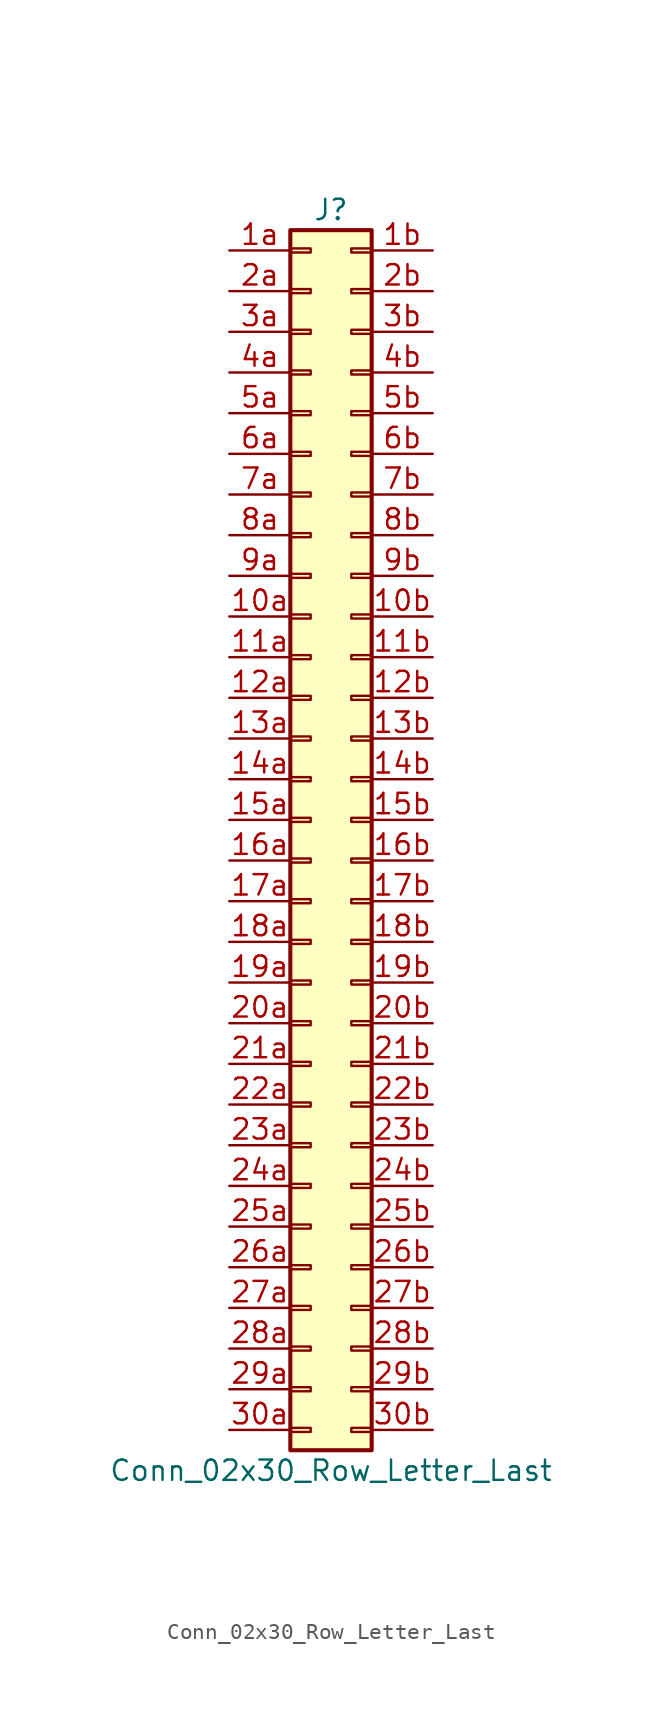
<source format=kicad_sym>
(kicad_symbol_lib
  (version 20220914)
  (generator kicad_symbol_editor)
  (symbol "Conn_02x30_Row_Letter_Last"
    (pin_names
      (offset 1.016) hide)
    (property "Reference" "J"
      (at 1.27 38.1 0)
      (effects (font (size 1.27 1.27))))
    (property "Value" "Conn_02x30_Row_Letter_Last"
      (at 1.27 -40.64 0)
      (effects (font (size 1.27 1.27))))
    (symbol "Conn_02x30_Row_Letter_Last_1_1"
      (rectangle (start -1.27 -37.973) (end 0 -38.227) (stroke (width 0.152) (type default)) (fill (type none)))
      (rectangle (start -1.27 -35.433) (end 0 -35.687) (stroke (width 0.152) (type default)) (fill (type none)))
      (rectangle (start -1.27 -32.893) (end 0 -33.147) (stroke (width 0.152) (type default)) (fill (type none)))
      (rectangle (start -1.27 -30.353) (end 0 -30.607) (stroke (width 0.152) (type default)) (fill (type none)))
      (rectangle (start -1.27 -27.813) (end 0 -28.067) (stroke (width 0.152) (type default)) (fill (type none)))
      (rectangle (start -1.27 -25.273) (end 0 -25.527) (stroke (width 0.152) (type default)) (fill (type none)))
      (rectangle (start -1.27 -22.733) (end 0 -22.987) (stroke (width 0.152) (type default)) (fill (type none)))
      (rectangle (start -1.27 -20.193) (end 0 -20.447) (stroke (width 0.152) (type default)) (fill (type none)))
      (rectangle (start -1.27 -17.653) (end 0 -17.907) (stroke (width 0.152) (type default)) (fill (type none)))
      (rectangle (start -1.27 -15.113) (end 0 -15.367) (stroke (width 0.152) (type default)) (fill (type none)))
      (rectangle (start -1.27 -12.573) (end 0 -12.827) (stroke (width 0.152) (type default)) (fill (type none)))
      (rectangle (start -1.27 -10.033) (end 0 -10.287) (stroke (width 0.152) (type default)) (fill (type none)))
      (rectangle (start -1.27 -7.493) (end 0 -7.747) (stroke (width 0.152) (type default)) (fill (type none)))
      (rectangle (start -1.27 -4.953) (end 0 -5.207) (stroke (width 0.152) (type default)) (fill (type none)))
      (rectangle (start -1.27 -2.413) (end 0 -2.667) (stroke (width 0.152) (type default)) (fill (type none)))
      (rectangle (start -1.27 0.127) (end 0 -0.127) (stroke (width 0.152) (type default)) (fill (type none)))
      (rectangle (start -1.27 2.667) (end 0 2.413) (stroke (width 0.152) (type default)) (fill (type none)))
      (rectangle (start -1.27 5.207) (end 0 4.953) (stroke (width 0.152) (type default)) (fill (type none)))
      (rectangle (start -1.27 7.747) (end 0 7.493) (stroke (width 0.152) (type default)) (fill (type none)))
      (rectangle (start -1.27 10.287) (end 0 10.033) (stroke (width 0.152) (type default)) (fill (type none)))
      (rectangle (start -1.27 12.827) (end 0 12.573) (stroke (width 0.152) (type default)) (fill (type none)))
      (rectangle (start -1.27 15.367) (end 0 15.113) (stroke (width 0.152) (type default)) (fill (type none)))
      (rectangle (start -1.27 17.907) (end 0 17.653) (stroke (width 0.152) (type default)) (fill (type none)))
      (rectangle (start -1.27 20.447) (end 0 20.193) (stroke (width 0.152) (type default)) (fill (type none)))
      (rectangle (start -1.27 22.987) (end 0 22.733) (stroke (width 0.152) (type default)) (fill (type none)))
      (rectangle (start -1.27 25.527) (end 0 25.273) (stroke (width 0.152) (type default)) (fill (type none)))
      (rectangle (start -1.27 28.067) (end 0 27.813) (stroke (width 0.152) (type default)) (fill (type none)))
      (rectangle (start -1.27 30.607) (end 0 30.353) (stroke (width 0.152) (type default)) (fill (type none)))
      (rectangle (start -1.27 33.147) (end 0 32.893) (stroke (width 0.152) (type default)) (fill (type none)))
      (rectangle (start -1.27 35.687) (end 0 35.433) (stroke (width 0.152) (type default)) (fill (type none)))
      (rectangle (start -1.27 36.83) (end 3.81 -39.37) (stroke (width 0.254) (type default)) (fill (type background)))
      (rectangle (start 3.81 -37.973) (end 2.54 -38.227) (stroke (width 0.152) (type default)) (fill (type none)))
      (rectangle (start 3.81 -35.433) (end 2.54 -35.687) (stroke (width 0.152) (type default)) (fill (type none)))
      (rectangle (start 3.81 -32.893) (end 2.54 -33.147) (stroke (width 0.152) (type default)) (fill (type none)))
      (rectangle (start 3.81 -30.353) (end 2.54 -30.607) (stroke (width 0.152) (type default)) (fill (type none)))
      (rectangle (start 3.81 -27.813) (end 2.54 -28.067) (stroke (width 0.152) (type default)) (fill (type none)))
      (rectangle (start 3.81 -25.273) (end 2.54 -25.527) (stroke (width 0.152) (type default)) (fill (type none)))
      (rectangle (start 3.81 -22.733) (end 2.54 -22.987) (stroke (width 0.152) (type default)) (fill (type none)))
      (rectangle (start 3.81 -20.193) (end 2.54 -20.447) (stroke (width 0.152) (type default)) (fill (type none)))
      (rectangle (start 3.81 -17.653) (end 2.54 -17.907) (stroke (width 0.152) (type default)) (fill (type none)))
      (rectangle (start 3.81 -15.113) (end 2.54 -15.367) (stroke (width 0.152) (type default)) (fill (type none)))
      (rectangle (start 3.81 -12.573) (end 2.54 -12.827) (stroke (width 0.152) (type default)) (fill (type none)))
      (rectangle (start 3.81 -10.033) (end 2.54 -10.287) (stroke (width 0.152) (type default)) (fill (type none)))
      (rectangle (start 3.81 -7.493) (end 2.54 -7.747) (stroke (width 0.152) (type default)) (fill (type none)))
      (rectangle (start 3.81 -4.953) (end 2.54 -5.207) (stroke (width 0.152) (type default)) (fill (type none)))
      (rectangle (start 3.81 -2.413) (end 2.54 -2.667) (stroke (width 0.152) (type default)) (fill (type none)))
      (rectangle (start 3.81 0.127) (end 2.54 -0.127) (stroke (width 0.152) (type default)) (fill (type none)))
      (rectangle (start 3.81 2.667) (end 2.54 2.413) (stroke (width 0.152) (type default)) (fill (type none)))
      (rectangle (start 3.81 5.207) (end 2.54 4.953) (stroke (width 0.152) (type default)) (fill (type none)))
      (rectangle (start 3.81 7.747) (end 2.54 7.493) (stroke (width 0.152) (type default)) (fill (type none)))
      (rectangle (start 3.81 10.287) (end 2.54 10.033) (stroke (width 0.152) (type default)) (fill (type none)))
      (rectangle (start 3.81 12.827) (end 2.54 12.573) (stroke (width 0.152) (type default)) (fill (type none)))
      (rectangle (start 3.81 15.367) (end 2.54 15.113) (stroke (width 0.152) (type default)) (fill (type none)))
      (rectangle (start 3.81 17.907) (end 2.54 17.653) (stroke (width 0.152) (type default)) (fill (type none)))
      (rectangle (start 3.81 20.447) (end 2.54 20.193) (stroke (width 0.152) (type default)) (fill (type none)))
      (rectangle (start 3.81 22.987) (end 2.54 22.733) (stroke (width 0.152) (type default)) (fill (type none)))
      (rectangle (start 3.81 25.527) (end 2.54 25.273) (stroke (width 0.152) (type default)) (fill (type none)))
      (rectangle (start 3.81 28.067) (end 2.54 27.813) (stroke (width 0.152) (type default)) (fill (type none)))
      (rectangle (start 3.81 30.607) (end 2.54 30.353) (stroke (width 0.152) (type default)) (fill (type none)))
      (rectangle (start 3.81 33.147) (end 2.54 32.893) (stroke (width 0.152) (type default)) (fill (type none)))
      (rectangle (start 3.81 35.687) (end 2.54 35.433) (stroke (width 0.152) (type default)) (fill (type none)))
      (pin passive line (at -5.08 12.7 0) (length 3.81) (name "Pin_10a" (effects (font (size 1.27 1.27)))) (number "10a" (effects (font (size 1.27 1.27)))))
      (pin passive line (at 7.62 12.7 180) (length 3.81) (name "Pin_10b" (effects (font (size 1.27 1.27)))) (number "10b" (effects (font (size 1.27 1.27)))))
      (pin passive line (at -5.08 10.16 0) (length 3.81) (name "Pin_11a" (effects (font (size 1.27 1.27)))) (number "11a" (effects (font (size 1.27 1.27)))))
      (pin passive line (at 7.62 10.16 180) (length 3.81) (name "Pin_11b" (effects (font (size 1.27 1.27)))) (number "11b" (effects (font (size 1.27 1.27)))))
      (pin passive line (at -5.08 7.62 0) (length 3.81) (name "Pin_12a" (effects (font (size 1.27 1.27)))) (number "12a" (effects (font (size 1.27 1.27)))))
      (pin passive line (at 7.62 7.62 180) (length 3.81) (name "Pin_12b" (effects (font (size 1.27 1.27)))) (number "12b" (effects (font (size 1.27 1.27)))))
      (pin passive line (at -5.08 5.08 0) (length 3.81) (name "Pin_13a" (effects (font (size 1.27 1.27)))) (number "13a" (effects (font (size 1.27 1.27)))))
      (pin passive line (at 7.62 5.08 180) (length 3.81) (name "Pin_13b" (effects (font (size 1.27 1.27)))) (number "13b" (effects (font (size 1.27 1.27)))))
      (pin passive line (at -5.08 2.54 0) (length 3.81) (name "Pin_14a" (effects (font (size 1.27 1.27)))) (number "14a" (effects (font (size 1.27 1.27)))))
      (pin passive line (at 7.62 2.54 180) (length 3.81) (name "Pin_14b" (effects (font (size 1.27 1.27)))) (number "14b" (effects (font (size 1.27 1.27)))))
      (pin passive line (at -5.08 0 0) (length 3.81) (name "Pin_15a" (effects (font (size 1.27 1.27)))) (number "15a" (effects (font (size 1.27 1.27)))))
      (pin passive line (at 7.62 0 180) (length 3.81) (name "Pin_15b" (effects (font (size 1.27 1.27)))) (number "15b" (effects (font (size 1.27 1.27)))))
      (pin passive line (at -5.08 -2.54 0) (length 3.81) (name "Pin_16a" (effects (font (size 1.27 1.27)))) (number "16a" (effects (font (size 1.27 1.27)))))
      (pin passive line (at 7.62 -2.54 180) (length 3.81) (name "Pin_16b" (effects (font (size 1.27 1.27)))) (number "16b" (effects (font (size 1.27 1.27)))))
      (pin passive line (at -5.08 -5.08 0) (length 3.81) (name "Pin_17a" (effects (font (size 1.27 1.27)))) (number "17a" (effects (font (size 1.27 1.27)))))
      (pin passive line (at 7.62 -5.08 180) (length 3.81) (name "Pin_17b" (effects (font (size 1.27 1.27)))) (number "17b" (effects (font (size 1.27 1.27)))))
      (pin passive line (at -5.08 -7.62 0) (length 3.81) (name "Pin_18a" (effects (font (size 1.27 1.27)))) (number "18a" (effects (font (size 1.27 1.27)))))
      (pin passive line (at 7.62 -7.62 180) (length 3.81) (name "Pin_18b" (effects (font (size 1.27 1.27)))) (number "18b" (effects (font (size 1.27 1.27)))))
      (pin passive line (at -5.08 -10.16 0) (length 3.81) (name "Pin_19a" (effects (font (size 1.27 1.27)))) (number "19a" (effects (font (size 1.27 1.27)))))
      (pin passive line (at 7.62 -10.16 180) (length 3.81) (name "Pin_19b" (effects (font (size 1.27 1.27)))) (number "19b" (effects (font (size 1.27 1.27)))))
      (pin passive line (at -5.08 35.56 0) (length 3.81) (name "Pin_1a" (effects (font (size 1.27 1.27)))) (number "1a" (effects (font (size 1.27 1.27)))))
      (pin passive line (at 7.62 35.56 180) (length 3.81) (name "Pin_1b" (effects (font (size 1.27 1.27)))) (number "1b" (effects (font (size 1.27 1.27)))))
      (pin passive line (at -5.08 -12.7 0) (length 3.81) (name "Pin_20a" (effects (font (size 1.27 1.27)))) (number "20a" (effects (font (size 1.27 1.27)))))
      (pin passive line (at 7.62 -12.7 180) (length 3.81) (name "Pin_20b" (effects (font (size 1.27 1.27)))) (number "20b" (effects (font (size 1.27 1.27)))))
      (pin passive line (at -5.08 -15.24 0) (length 3.81) (name "Pin_21a" (effects (font (size 1.27 1.27)))) (number "21a" (effects (font (size 1.27 1.27)))))
      (pin passive line (at 7.62 -15.24 180) (length 3.81) (name "Pin_21b" (effects (font (size 1.27 1.27)))) (number "21b" (effects (font (size 1.27 1.27)))))
      (pin passive line (at -5.08 -17.78 0) (length 3.81) (name "Pin_22a" (effects (font (size 1.27 1.27)))) (number "22a" (effects (font (size 1.27 1.27)))))
      (pin passive line (at 7.62 -17.78 180) (length 3.81) (name "Pin_22b" (effects (font (size 1.27 1.27)))) (number "22b" (effects (font (size 1.27 1.27)))))
      (pin passive line (at -5.08 -20.32 0) (length 3.81) (name "Pin_23a" (effects (font (size 1.27 1.27)))) (number "23a" (effects (font (size 1.27 1.27)))))
      (pin passive line (at 7.62 -20.32 180) (length 3.81) (name "Pin_23b" (effects (font (size 1.27 1.27)))) (number "23b" (effects (font (size 1.27 1.27)))))
      (pin passive line (at -5.08 -22.86 0) (length 3.81) (name "Pin_24a" (effects (font (size 1.27 1.27)))) (number "24a" (effects (font (size 1.27 1.27)))))
      (pin passive line (at 7.62 -22.86 180) (length 3.81) (name "Pin_24b" (effects (font (size 1.27 1.27)))) (number "24b" (effects (font (size 1.27 1.27)))))
      (pin passive line (at -5.08 -25.4 0) (length 3.81) (name "Pin_25a" (effects (font (size 1.27 1.27)))) (number "25a" (effects (font (size 1.27 1.27)))))
      (pin passive line (at 7.62 -25.4 180) (length 3.81) (name "Pin_25b" (effects (font (size 1.27 1.27)))) (number "25b" (effects (font (size 1.27 1.27)))))
      (pin passive line (at -5.08 -27.94 0) (length 3.81) (name "Pin_26a" (effects (font (size 1.27 1.27)))) (number "26a" (effects (font (size 1.27 1.27)))))
      (pin passive line (at 7.62 -27.94 180) (length 3.81) (name "Pin_26b" (effects (font (size 1.27 1.27)))) (number "26b" (effects (font (size 1.27 1.27)))))
      (pin passive line (at -5.08 -30.48 0) (length 3.81) (name "Pin_27a" (effects (font (size 1.27 1.27)))) (number "27a" (effects (font (size 1.27 1.27)))))
      (pin passive line (at 7.62 -30.48 180) (length 3.81) (name "Pin_27b" (effects (font (size 1.27 1.27)))) (number "27b" (effects (font (size 1.27 1.27)))))
      (pin passive line (at -5.08 -33.02 0) (length 3.81) (name "Pin_28a" (effects (font (size 1.27 1.27)))) (number "28a" (effects (font (size 1.27 1.27)))))
      (pin passive line (at 7.62 -33.02 180) (length 3.81) (name "Pin_28b" (effects (font (size 1.27 1.27)))) (number "28b" (effects (font (size 1.27 1.27)))))
      (pin passive line (at -5.08 -35.56 0) (length 3.81) (name "Pin_29a" (effects (font (size 1.27 1.27)))) (number "29a" (effects (font (size 1.27 1.27)))))
      (pin passive line (at 7.62 -35.56 180) (length 3.81) (name "Pin_29b" (effects (font (size 1.27 1.27)))) (number "29b" (effects (font (size 1.27 1.27)))))
      (pin passive line (at -5.08 33.02 0) (length 3.81) (name "Pin_2a" (effects (font (size 1.27 1.27)))) (number "2a" (effects (font (size 1.27 1.27)))))
      (pin passive line (at 7.62 33.02 180) (length 3.81) (name "Pin_2b" (effects (font (size 1.27 1.27)))) (number "2b" (effects (font (size 1.27 1.27)))))
      (pin passive line (at -5.08 -38.1 0) (length 3.81) (name "Pin_30a" (effects (font (size 1.27 1.27)))) (number "30a" (effects (font (size 1.27 1.27)))))
      (pin passive line (at 7.62 -38.1 180) (length 3.81) (name "Pin_30b" (effects (font (size 1.27 1.27)))) (number "30b" (effects (font (size 1.27 1.27)))))
      (pin passive line (at -5.08 30.48 0) (length 3.81) (name "Pin_3a" (effects (font (size 1.27 1.27)))) (number "3a" (effects (font (size 1.27 1.27)))))
      (pin passive line (at 7.62 30.48 180) (length 3.81) (name "Pin_3b" (effects (font (size 1.27 1.27)))) (number "3b" (effects (font (size 1.27 1.27)))))
      (pin passive line (at -5.08 27.94 0) (length 3.81) (name "Pin_4a" (effects (font (size 1.27 1.27)))) (number "4a" (effects (font (size 1.27 1.27)))))
      (pin passive line (at 7.62 27.94 180) (length 3.81) (name "Pin_4b" (effects (font (size 1.27 1.27)))) (number "4b" (effects (font (size 1.27 1.27)))))
      (pin passive line (at -5.08 25.4 0) (length 3.81) (name "Pin_5a" (effects (font (size 1.27 1.27)))) (number "5a" (effects (font (size 1.27 1.27)))))
      (pin passive line (at 7.62 25.4 180) (length 3.81) (name "Pin_5b" (effects (font (size 1.27 1.27)))) (number "5b" (effects (font (size 1.27 1.27)))))
      (pin passive line (at -5.08 22.86 0) (length 3.81) (name "Pin_6a" (effects (font (size 1.27 1.27)))) (number "6a" (effects (font (size 1.27 1.27)))))
      (pin passive line (at 7.62 22.86 180) (length 3.81) (name "Pin_6b" (effects (font (size 1.27 1.27)))) (number "6b" (effects (font (size 1.27 1.27)))))
      (pin passive line (at -5.08 20.32 0) (length 3.81) (name "Pin_7a" (effects (font (size 1.27 1.27)))) (number "7a" (effects (font (size 1.27 1.27)))))
      (pin passive line (at 7.62 20.32 180) (length 3.81) (name "Pin_7b" (effects (font (size 1.27 1.27)))) (number "7b" (effects (font (size 1.27 1.27)))))
      (pin passive line (at -5.08 17.78 0) (length 3.81) (name "Pin_8a" (effects (font (size 1.27 1.27)))) (number "8a" (effects (font (size 1.27 1.27)))))
      (pin passive line (at 7.62 17.78 180) (length 3.81) (name "Pin_8b" (effects (font (size 1.27 1.27)))) (number "8b" (effects (font (size 1.27 1.27)))))
      (pin passive line (at -5.08 15.24 0) (length 3.81) (name "Pin_9a" (effects (font (size 1.27 1.27)))) (number "9a" (effects (font (size 1.27 1.27)))))
      (pin passive line (at 7.62 15.24 180) (length 3.81) (name "Pin_9b" (effects (font (size 1.27 1.27)))) (number "9b" (effects (font (size 1.27 1.27))))))))
</source>
